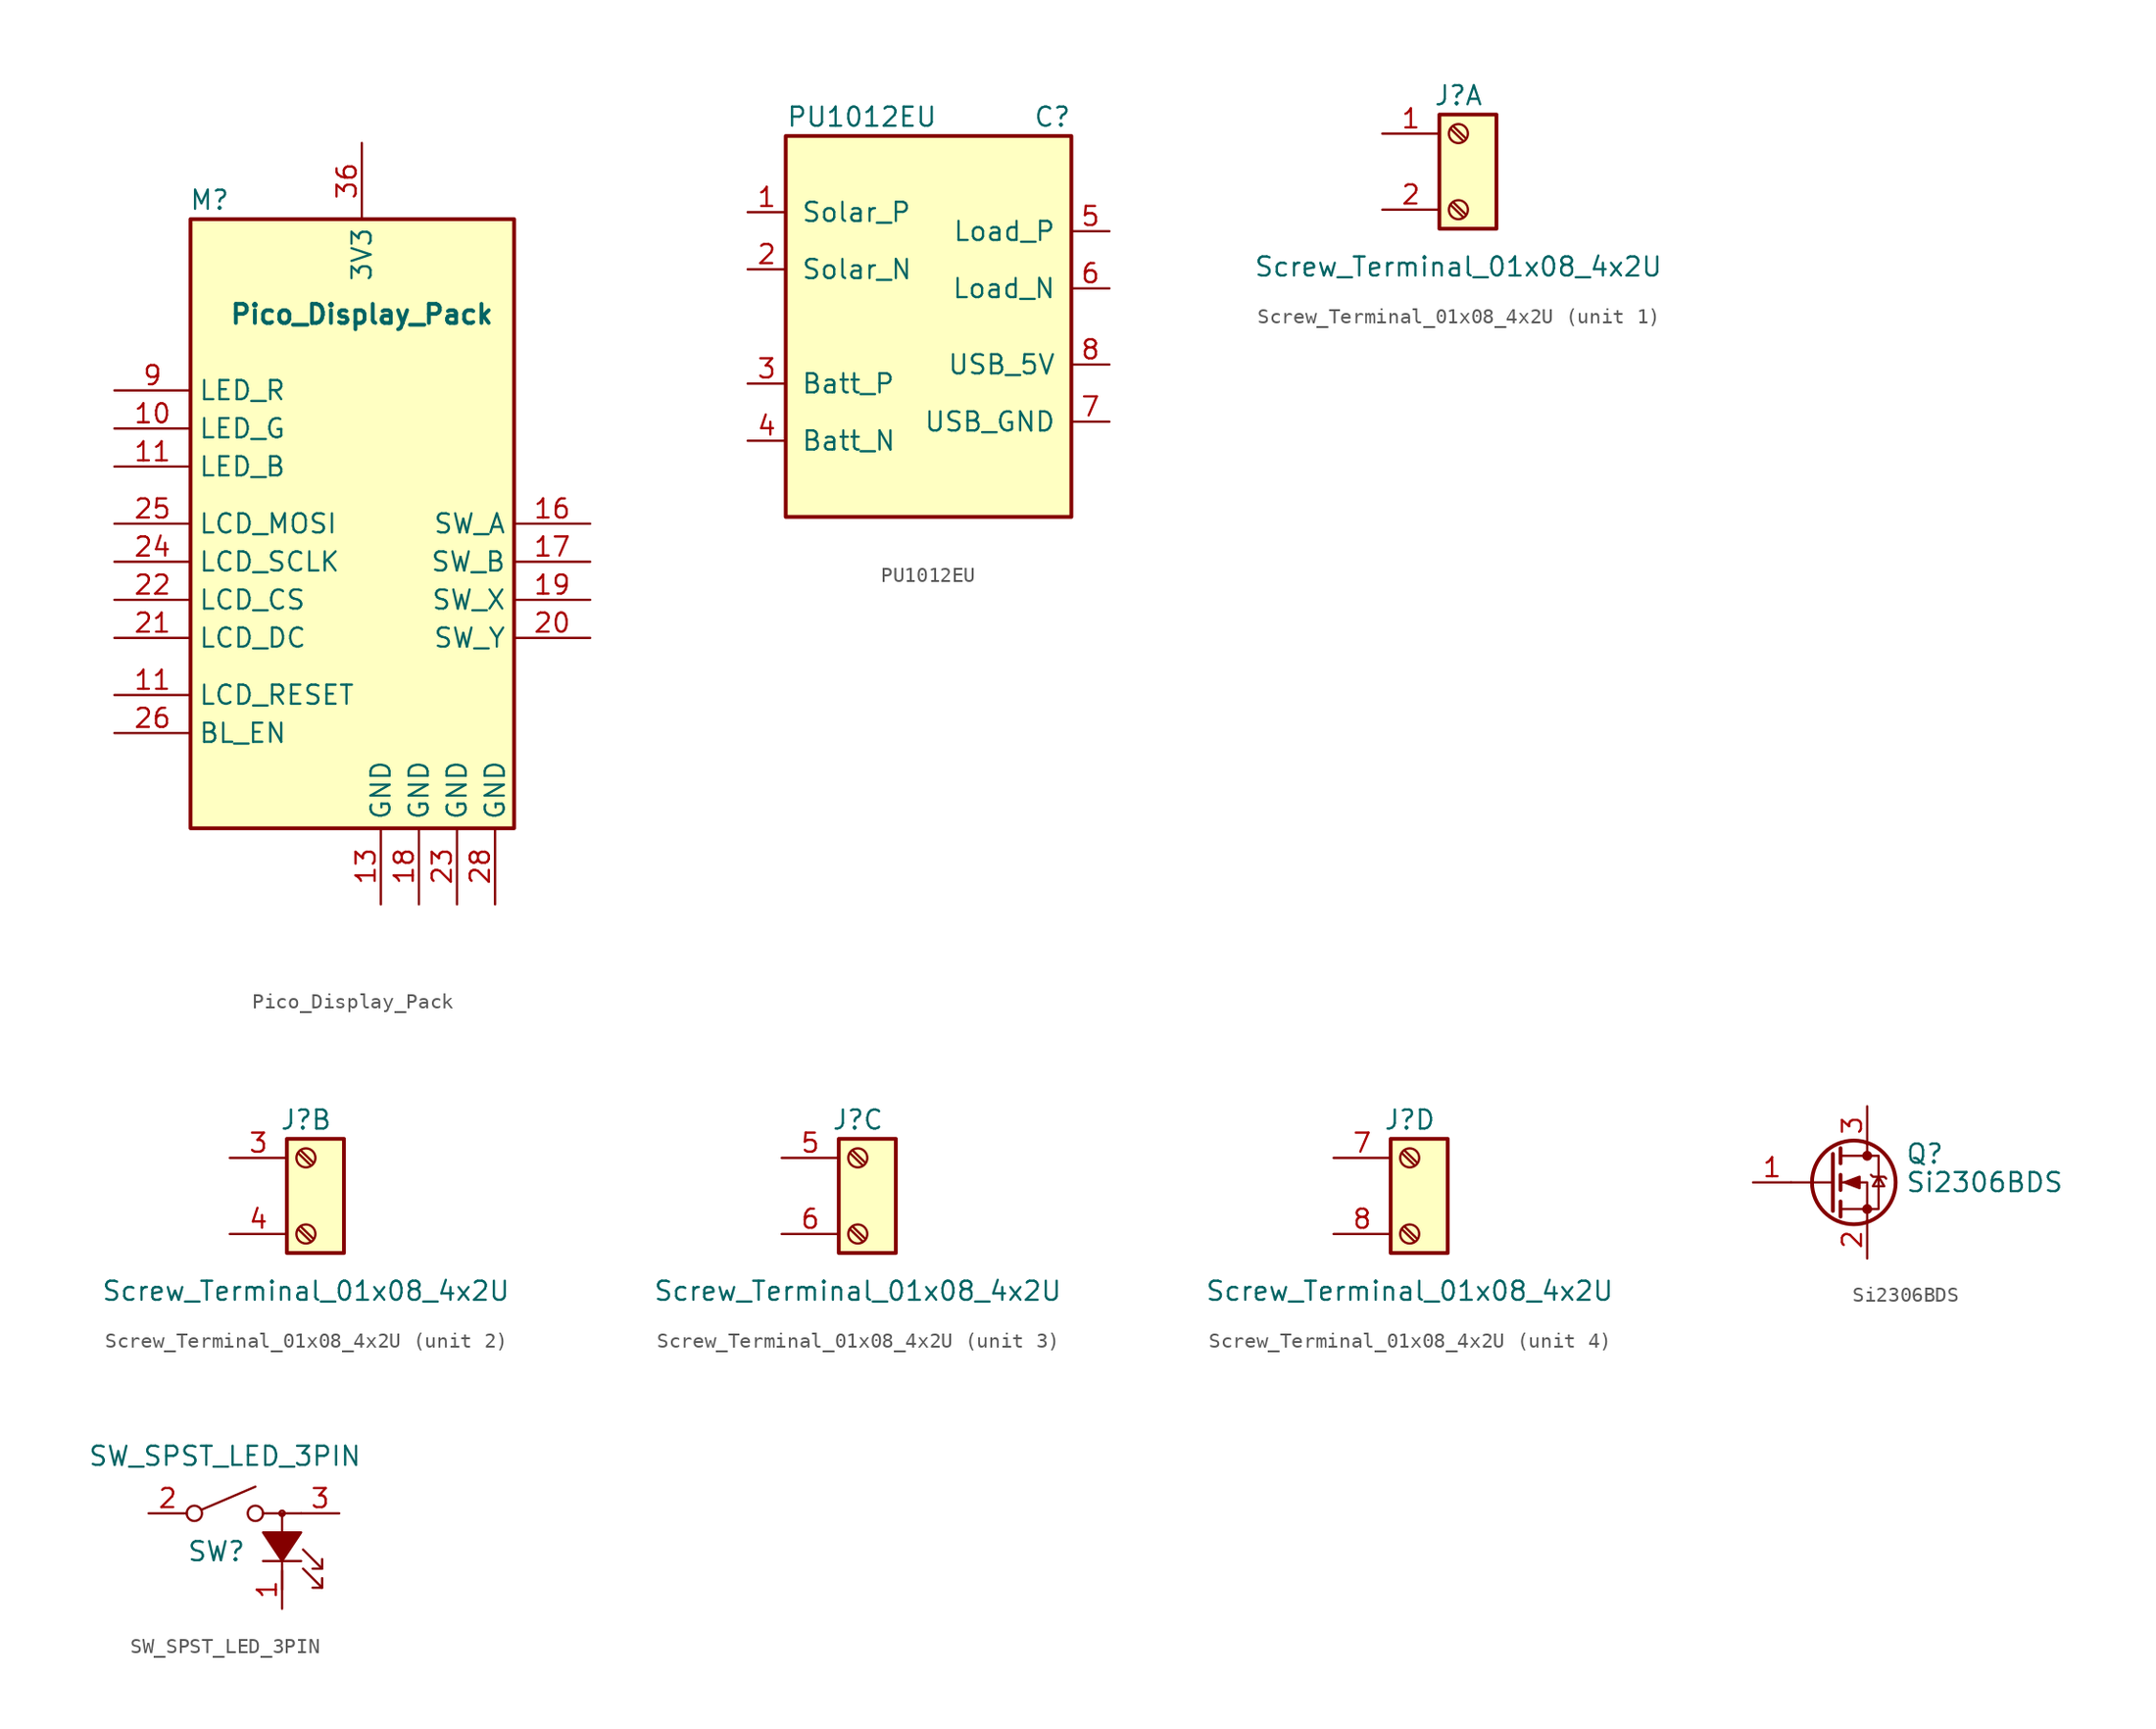
<source format=kicad_sym>
(kicad_symbol_lib
  (version 20211014)
  (generator kicad_symbol_editor)
  (symbol "solarpump:Pico_Display_Pack"
    (property "Reference" "M"
      (at -10.16 21.59 0)
      (effects (font (size 1.27 1.27))))
    (property "Value" "Pico_Display_Pack"
      (at 0 13.97 0)
      (effects (font (size 1.27 1.27) bold)))
    (symbol "Pico_Display_Pack_0_1"
      (rectangle (start -11.43 20.32) (end 10.16 -20.32) (stroke (width 0.254) (type default) (color 0 0 0 0)) (fill (type background))))
    (symbol "Pico_Display_Pack_1_1"
      (pin input line (at -16.51 6.35 0) (length 5.08) (name "LED_G" (effects (font (size 1.27 1.27)))) (number "10" (effects (font (size 1.27 1.27)))))
      (pin input line (at -16.51 -11.43 0) (length 5.08) (name "LCD_RESET" (effects (font (size 1.27 1.27)))) (number "11" (effects (font (size 1.27 1.27)))))
      (pin input line (at -16.51 3.81 0) (length 5.08) (name "LED_B" (effects (font (size 1.27 1.27)))) (number "11" (effects (font (size 1.27 1.27)))))
      (pin power_in line (at 1.27 -25.4 90) (length 5.08) (name "GND" (effects (font (size 1.27 1.27)))) (number "13" (effects (font (size 1.27 1.27)))))
      (pin input line (at 15.24 0 180) (length 5.08) (name "SW_A" (effects (font (size 1.27 1.27)))) (number "16" (effects (font (size 1.27 1.27)))))
      (pin input line (at 15.24 -2.54 180) (length 5.08) (name "SW_B" (effects (font (size 1.27 1.27)))) (number "17" (effects (font (size 1.27 1.27)))))
      (pin power_in line (at 3.81 -25.4 90) (length 5.08) (name "GND" (effects (font (size 1.27 1.27)))) (number "18" (effects (font (size 1.27 1.27)))))
      (pin input line (at 15.24 -5.08 180) (length 5.08) (name "SW_X" (effects (font (size 1.27 1.27)))) (number "19" (effects (font (size 1.27 1.27)))))
      (pin input line (at 15.24 -7.62 180) (length 5.08) (name "SW_Y" (effects (font (size 1.27 1.27)))) (number "20" (effects (font (size 1.27 1.27)))))
      (pin input line (at -16.51 -7.62 0) (length 5.08) (name "LCD_DC" (effects (font (size 1.27 1.27)))) (number "21" (effects (font (size 1.27 1.27)))))
      (pin input line (at -16.51 -5.08 0) (length 5.08) (name "LCD_CS" (effects (font (size 1.27 1.27)))) (number "22" (effects (font (size 1.27 1.27)))))
      (pin power_in line (at 6.35 -25.4 90) (length 5.08) (name "GND" (effects (font (size 1.27 1.27)))) (number "23" (effects (font (size 1.27 1.27)))))
      (pin input line (at -16.51 -2.54 0) (length 5.08) (name "LCD_SCLK" (effects (font (size 1.27 1.27)))) (number "24" (effects (font (size 1.27 1.27)))))
      (pin input line (at -16.51 0 0) (length 5.08) (name "LCD_MOSI" (effects (font (size 1.27 1.27)))) (number "25" (effects (font (size 1.27 1.27)))))
      (pin input line (at -16.51 -13.97 0) (length 5.08) (name "BL_EN" (effects (font (size 1.27 1.27)))) (number "26" (effects (font (size 1.27 1.27)))))
      (pin power_in line (at 8.89 -25.4 90) (length 5.08) (name "GND" (effects (font (size 1.27 1.27)))) (number "28" (effects (font (size 1.27 1.27)))))
      (pin power_in line (at 0 25.4 270) (length 5.08) (name "3V3" (effects (font (size 1.27 1.27)))) (number "36" (effects (font (size 1.27 1.27)))))
      (pin input line (at -16.51 8.89 0) (length 5.08) (name "LED_R" (effects (font (size 1.27 1.27)))) (number "9" (effects (font (size 1.27 1.27)))))))
  (symbol "solarpump:PU1012EU"
    (pin_names
      (offset 1.016))
    (property "Reference" "C"
      (at 7.62 12.7 0)
      (effects (font (size 1.27 1.27))))
    (property "Value" "PU1012EU"
      (at -5.08 12.7 0)
      (effects (font (size 1.27 1.27))))
    (symbol "PU1012EU_0_1"
      (rectangle (start -10.16 11.43) (end 8.89 -13.97) (stroke (width 0.254) (type default) (color 0 0 0 0)) (fill (type background))))
    (symbol "PU1012EU_1_1"
      (pin input line (at -12.7 6.35 0) (length 2.54) (name "Solar_P" (effects (font (size 1.27 1.27)))) (number "1" (effects (font (size 1.27 1.27)))))
      (pin input line (at -12.7 2.54 0) (length 2.54) (name "Solar_N" (effects (font (size 1.27 1.27)))) (number "2" (effects (font (size 1.27 1.27)))))
      (pin input line (at -12.7 -5.08 0) (length 2.54) (name "Batt_P" (effects (font (size 1.27 1.27)))) (number "3" (effects (font (size 1.27 1.27)))))
      (pin input line (at -12.7 -8.89 0) (length 2.54) (name "Batt_N" (effects (font (size 1.27 1.27)))) (number "4" (effects (font (size 1.27 1.27)))))
      (pin input line (at 11.43 5.08 180) (length 2.54) (name "Load_P" (effects (font (size 1.27 1.27)))) (number "5" (effects (font (size 1.27 1.27)))))
      (pin input line (at 11.43 1.27 180) (length 2.54) (name "Load_N" (effects (font (size 1.27 1.27)))) (number "6" (effects (font (size 1.27 1.27)))))
      (pin input line (at 11.43 -7.62 180) (length 2.54) (name "USB_GND" (effects (font (size 1.27 1.27)))) (number "7" (effects (font (size 1.27 1.27)))))
      (pin passive line (at 11.43 -3.81 180) (length 2.54) (name "USB_5V" (effects (font (size 1.27 1.27)))) (number "8" (effects (font (size 1.27 1.27)))))))
  (symbol "solarpump:Screw_Terminal_01x08_4x2U"
    (pin_names
      (offset 1.016) hide)
    (property "Reference" "J"
      (at 0 5.08 0)
      (effects (font (size 1.27 1.27))))
    (property "Value" "Screw_Terminal_01x08_4x2U"
      (at 0 -6.35 0)
      (effects (font (size 1.27 1.27))))
    (symbol "Screw_Terminal_01x08_4x2U_1_1"
      (rectangle (start -1.27 3.81) (end 2.54 -3.81) (stroke (width 0.254) (type default) (color 0 0 0 0)) (fill (type background)))
      (circle (center 0 -2.54) (radius 0.635) (stroke (width 0.152) (type default) (color 0 0 0 0)) (fill (type none)))
      (polyline (pts (xy -0.533 -2.21) (xy 0.33 -3.048)) (stroke (width 0.152) (type default) (color 0 0 0 0)) (fill (type none)))
      (polyline (pts (xy -0.533 2.87) (xy 0.33 2.032)) (stroke (width 0.152) (type default) (color 0 0 0 0)) (fill (type none)))
      (polyline (pts (xy -0.356 -2.032) (xy 0.508 -2.87)) (stroke (width 0.152) (type default) (color 0 0 0 0)) (fill (type none)))
      (polyline (pts (xy -0.356 3.048) (xy 0.508 2.21)) (stroke (width 0.152) (type default) (color 0 0 0 0)) (fill (type none)))
      (circle (center 0 2.54) (radius 0.635) (stroke (width 0.152) (type default) (color 0 0 0 0)) (fill (type none)))
      (pin passive line (at -5.08 2.54 0) (length 3.81) (name "Pin_1" (effects (font (size 1.27 1.27)))) (number "1" (effects (font (size 1.27 1.27)))))
      (pin passive line (at -5.08 -2.54 0) (length 3.81) (name "Pin_2" (effects (font (size 1.27 1.27)))) (number "2" (effects (font (size 1.27 1.27))))))
    (symbol "Screw_Terminal_01x08_4x2U_2_1"
      (rectangle (start -1.27 3.81) (end 2.54 -3.81) (stroke (width 0.254) (type default) (color 0 0 0 0)) (fill (type background)))
      (circle (center 0 -2.54) (radius 0.635) (stroke (width 0.152) (type default) (color 0 0 0 0)) (fill (type none)))
      (polyline (pts (xy -0.533 -2.21) (xy 0.33 -3.048)) (stroke (width 0.152) (type default) (color 0 0 0 0)) (fill (type none)))
      (polyline (pts (xy -0.533 2.87) (xy 0.33 2.032)) (stroke (width 0.152) (type default) (color 0 0 0 0)) (fill (type none)))
      (polyline (pts (xy -0.356 -2.032) (xy 0.508 -2.87)) (stroke (width 0.152) (type default) (color 0 0 0 0)) (fill (type none)))
      (polyline (pts (xy -0.356 3.048) (xy 0.508 2.21)) (stroke (width 0.152) (type default) (color 0 0 0 0)) (fill (type none)))
      (circle (center 0 2.54) (radius 0.635) (stroke (width 0.152) (type default) (color 0 0 0 0)) (fill (type none)))
      (pin passive line (at -5.08 2.54 0) (length 3.81) (name "Pin_3" (effects (font (size 1.27 1.27)))) (number "3" (effects (font (size 1.27 1.27)))))
      (pin passive line (at -5.08 -2.54 0) (length 3.81) (name "Pin_4" (effects (font (size 1.27 1.27)))) (number "4" (effects (font (size 1.27 1.27))))))
    (symbol "Screw_Terminal_01x08_4x2U_3_1"
      (rectangle (start -1.27 3.81) (end 2.54 -3.81) (stroke (width 0.254) (type default) (color 0 0 0 0)) (fill (type background)))
      (circle (center 0 -2.54) (radius 0.635) (stroke (width 0.152) (type default) (color 0 0 0 0)) (fill (type none)))
      (polyline (pts (xy -0.533 -2.21) (xy 0.33 -3.048)) (stroke (width 0.152) (type default) (color 0 0 0 0)) (fill (type none)))
      (polyline (pts (xy -0.533 2.87) (xy 0.33 2.032)) (stroke (width 0.152) (type default) (color 0 0 0 0)) (fill (type none)))
      (polyline (pts (xy -0.356 -2.032) (xy 0.508 -2.87)) (stroke (width 0.152) (type default) (color 0 0 0 0)) (fill (type none)))
      (polyline (pts (xy -0.356 3.048) (xy 0.508 2.21)) (stroke (width 0.152) (type default) (color 0 0 0 0)) (fill (type none)))
      (circle (center 0 2.54) (radius 0.635) (stroke (width 0.152) (type default) (color 0 0 0 0)) (fill (type none)))
      (pin passive line (at -5.08 2.54 0) (length 3.81) (name "Pin_5" (effects (font (size 1.27 1.27)))) (number "5" (effects (font (size 1.27 1.27)))))
      (pin passive line (at -5.08 -2.54 0) (length 3.81) (name "Pin_6" (effects (font (size 1.27 1.27)))) (number "6" (effects (font (size 1.27 1.27))))))
    (symbol "Screw_Terminal_01x08_4x2U_4_1"
      (rectangle (start -1.27 3.81) (end 2.54 -3.81) (stroke (width 0.254) (type default) (color 0 0 0 0)) (fill (type background)))
      (circle (center 0 -2.54) (radius 0.635) (stroke (width 0.152) (type default) (color 0 0 0 0)) (fill (type none)))
      (polyline (pts (xy -0.533 -2.21) (xy 0.33 -3.048)) (stroke (width 0.152) (type default) (color 0 0 0 0)) (fill (type none)))
      (polyline (pts (xy -0.533 2.87) (xy 0.33 2.032)) (stroke (width 0.152) (type default) (color 0 0 0 0)) (fill (type none)))
      (polyline (pts (xy -0.356 -2.032) (xy 0.508 -2.87)) (stroke (width 0.152) (type default) (color 0 0 0 0)) (fill (type none)))
      (polyline (pts (xy -0.356 3.048) (xy 0.508 2.21)) (stroke (width 0.152) (type default) (color 0 0 0 0)) (fill (type none)))
      (circle (center 0 2.54) (radius 0.635) (stroke (width 0.152) (type default) (color 0 0 0 0)) (fill (type none)))
      (pin passive line (at -5.08 2.54 0) (length 3.81) (name "Pin_7" (effects (font (size 1.27 1.27)))) (number "7" (effects (font (size 1.27 1.27)))))
      (pin passive line (at -5.08 -2.54 0) (length 3.81) (name "Pin_8" (effects (font (size 1.27 1.27)))) (number "8" (effects (font (size 1.27 1.27)))))))
  (symbol "solarpump:Si2306BDS"
    (pin_names hide)
    (property "Reference" "Q"
      (at 5.08 1.905 0)
      (effects (font (size 1.27 1.27)) (justify left)))
    (property "Value" "Si2306BDS"
      (at 5.08 0 0)
      (effects (font (size 1.27 1.27)) (justify left)))
    (symbol "Si2306BDS_0_1"
      (polyline (pts (xy 0.254 0) (xy -2.54 0)) (stroke (width 0) (type default) (color 0 0 0 0)) (fill (type none)))
      (polyline (pts (xy 0.254 1.905) (xy 0.254 -1.905)) (stroke (width 0.254) (type default) (color 0 0 0 0)) (fill (type none)))
      (polyline (pts (xy 0.762 -1.27) (xy 0.762 -2.286)) (stroke (width 0.254) (type default) (color 0 0 0 0)) (fill (type none)))
      (polyline (pts (xy 0.762 0.508) (xy 0.762 -0.508)) (stroke (width 0.254) (type default) (color 0 0 0 0)) (fill (type none)))
      (polyline (pts (xy 0.762 2.286) (xy 0.762 1.27)) (stroke (width 0.254) (type default) (color 0 0 0 0)) (fill (type none)))
      (polyline (pts (xy 2.54 2.54) (xy 2.54 1.778)) (stroke (width 0) (type default) (color 0 0 0 0)) (fill (type none)))
      (polyline (pts (xy 2.54 -2.54) (xy 2.54 0) (xy 0.762 0)) (stroke (width 0) (type default) (color 0 0 0 0)) (fill (type none)))
      (polyline (pts (xy 0.762 -1.778) (xy 3.302 -1.778) (xy 3.302 1.778) (xy 0.762 1.778)) (stroke (width 0) (type default) (color 0 0 0 0)) (fill (type none)))
      (polyline (pts (xy 1.016 0) (xy 2.032 0.381) (xy 2.032 -0.381) (xy 1.016 0)) (stroke (width 0) (type default) (color 0 0 0 0)) (fill (type outline)))
      (polyline (pts (xy 2.794 0.508) (xy 2.921 0.381) (xy 3.683 0.381) (xy 3.81 0.254)) (stroke (width 0) (type default) (color 0 0 0 0)) (fill (type none)))
      (polyline (pts (xy 3.302 0.381) (xy 2.921 -0.254) (xy 3.683 -0.254) (xy 3.302 0.381)) (stroke (width 0) (type default) (color 0 0 0 0)) (fill (type none)))
      (circle (center 1.651 0) (radius 2.794) (stroke (width 0.254) (type default) (color 0 0 0 0)) (fill (type none)))
      (circle (center 2.54 -1.778) (radius 0.254) (stroke (width 0) (type default) (color 0 0 0 0)) (fill (type outline)))
      (circle (center 2.54 1.778) (radius 0.254) (stroke (width 0) (type default) (color 0 0 0 0)) (fill (type outline))))
    (symbol "Si2306BDS_1_1"
      (pin input line (at -5.08 0 0) (length 2.54) (name "G" (effects (font (size 1.27 1.27)))) (number "1" (effects (font (size 1.27 1.27)))))
      (pin passive line (at 2.54 -5.08 90) (length 2.54) (name "S" (effects (font (size 1.27 1.27)))) (number "2" (effects (font (size 1.27 1.27)))))
      (pin passive line (at 2.54 5.08 270) (length 2.54) (name "D" (effects (font (size 1.27 1.27)))) (number "3" (effects (font (size 1.27 1.27)))))))
  (symbol "solarpump:SW_SPST_LED_3PIN"
    (pin_names
      (offset 1.016) hide)
    (property "Reference" "SW"
      (at -2.54 -2.54 0)
      (effects (font (size 1.27 1.27)) (justify left)))
    (property "Value" "SW_SPST_LED_3PIN"
      (at 0 3.81 0)
      (effects (font (size 1.27 1.27))))
    (symbol "SW_SPST_LED_3PIN_0_0"
      (polyline (pts (xy 2.54 -3.175) (xy 5.08 -3.175)) (stroke (width 0) (type default) (color 0 0 0 0)) (fill (type none)))
      (polyline (pts (xy 3.81 -5.08) (xy 3.81 0)) (stroke (width 0) (type default) (color 0 0 0 0)) (fill (type none)))
      (polyline (pts (xy 6.477 -4.953) (xy 5.207 -3.683)) (stroke (width 0) (type default) (color 0 0 0 0)) (fill (type none)))
      (polyline (pts (xy 6.477 -3.683) (xy 5.207 -2.413)) (stroke (width 0) (type default) (color 0 0 0 0)) (fill (type none)))
      (polyline (pts (xy 5.842 -4.953) (xy 6.477 -4.953) (xy 6.477 -4.318)) (stroke (width 0) (type default) (color 0 0 0 0)) (fill (type none)))
      (polyline (pts (xy 5.842 -3.683) (xy 6.477 -3.683) (xy 6.477 -3.048)) (stroke (width 0) (type default) (color 0 0 0 0)) (fill (type none)))
      (polyline (pts (xy 3.81 -3.175) (xy 2.54 -1.27) (xy 5.08 -1.27) (xy 3.81 -3.175)) (stroke (width 0) (type default) (color 0 0 0 0)) (fill (type outline))))
    (symbol "SW_SPST_LED_3PIN_0_1"
      (circle (center -2.032 0) (radius 0.508) (stroke (width 0) (type default) (color 0 0 0 0)) (fill (type none)))
      (polyline (pts (xy -1.524 0.254) (xy 2.032 1.778)) (stroke (width 0) (type default) (color 0 0 0 0)) (fill (type none)))
      (polyline (pts (xy 3.81 0) (xy 2.54 0)) (stroke (width 0) (type default) (color 0 0 0 0)) (fill (type none)))
      (polyline (pts (xy 3.81 0) (xy 5.08 0)) (stroke (width 0) (type default) (color 0 0 0 0)) (fill (type none)))
      (circle (center 2.032 0) (radius 0.508) (stroke (width 0) (type default) (color 0 0 0 0)) (fill (type none)))
      (circle (center 3.81 0) (radius 0.178) (stroke (width 0) (type default) (color 0 0 0 0)) (fill (type none)))
      (pin passive line (at 3.81 -6.35 90) (length 2.54) (name "GND" (effects (font (size 1.27 1.27)))) (number "1" (effects (font (size 1.27 1.27)))))
      (pin passive line (at -5.08 0 0) (length 2.54) (name "1" (effects (font (size 1.27 1.27)))) (number "2" (effects (font (size 1.27 1.27)))))
      (pin passive line (at 7.62 0 180) (length 2.54) (name "2" (effects (font (size 1.27 1.27)))) (number "3" (effects (font (size 1.27 1.27))))))))
</source>
